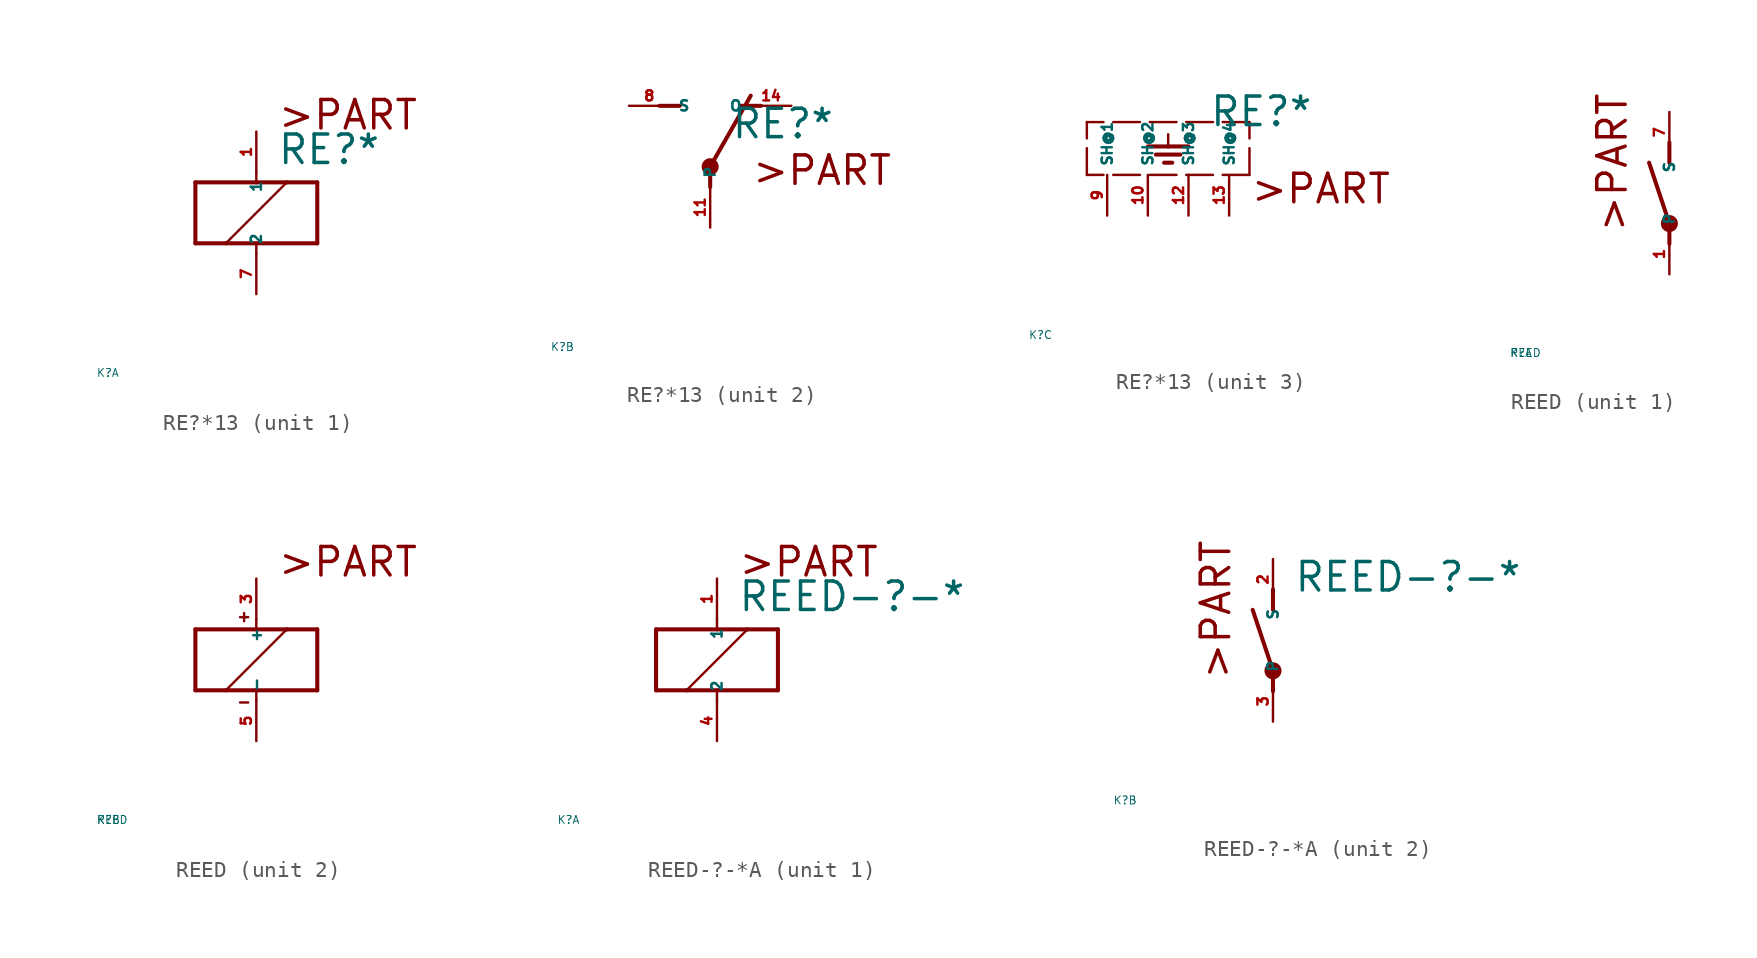
<source format=kicad_sym>
(kicad_symbol_lib
  (version 20220914)
  (generator Eagle2Kicad)
  (symbol "RE?*13"
    (property "Reference" "K"
      (at -10 -10 0)
      (effects (font (size 0.5 0.5) (thickness 0.06)) (justify left)))
    (property "Value" "RE?*"
      (at 1.27 2.921 0)
      (effects (font (size 1.778 1.778) (thickness 0.22)) (justify left bottom)))
    (symbol "RE?*13_1_0"
      (polyline (pts (xy -3.81 -1.905) (xy -1.905 -1.905)) (stroke (width 0.254) (type default)) (fill (type none)))
      (polyline (pts (xy 3.81 -1.905) (xy 3.81 1.905)) (stroke (width 0.254) (type default)) (fill (type none)))
      (polyline (pts (xy 3.81 1.905) (xy 1.905 1.905)) (stroke (width 0.254) (type default)) (fill (type none)))
      (polyline (pts (xy -3.81 1.905) (xy -3.81 -1.905)) (stroke (width 0.254) (type default)) (fill (type none)))
      (polyline (pts (xy 0 -2.54) (xy 0 -1.905)) (stroke (width 0.152) (type default)) (fill (type none)))
      (polyline (pts (xy 0 -1.905) (xy 3.81 -1.905)) (stroke (width 0.254) (type default)) (fill (type none)))
      (polyline (pts (xy 0 2.54) (xy 0 1.905)) (stroke (width 0.152) (type default)) (fill (type none)))
      (polyline (pts (xy 0 1.905) (xy -3.81 1.905)) (stroke (width 0.254) (type default)) (fill (type none)))
      (polyline (pts (xy -1.905 -1.905) (xy 1.905 1.905)) (stroke (width 0.152) (type default)) (fill (type none)))
      (polyline (pts (xy -1.905 -1.905) (xy 0 -1.905)) (stroke (width 0.254) (type default)) (fill (type none)))
      (polyline (pts (xy 1.905 1.905) (xy 0 1.905)) (stroke (width 0.254) (type default)) (fill (type none)))
      (text ">PART" (at 1.27 5.08 0) (effects (font (size 1.778 1.778) (thickness 0.22)) (justify left bottom)))
      (pin passive line (at 0 -5.08 90) (length 2.54) (name "2" (effects (font (size 0.635 0.635) (thickness 0.08)) (justify left bottom))) (number "7" (effects (font (size 0.635 0.635) (thickness 0.08)) (justify left bottom))))
      (pin passive line (at 0 5.08 270) (length 2.54) (name "1" (effects (font (size 0.635 0.635) (thickness 0.08)) (justify left bottom))) (number "1" (effects (font (size 0.635 0.635) (thickness 0.08)) (justify left bottom)))))
    (symbol "RE?*13_2_0"
      (polyline (pts (xy 3.175 5.08) (xy 1.905 5.08)) (stroke (width 0.254) (type default)) (fill (type none)))
      (polyline (pts (xy -3.175 5.08) (xy -1.905 5.08)) (stroke (width 0.254) (type default)) (fill (type none)))
      (polyline (pts (xy 0 1.27) (xy 2.54 5.715)) (stroke (width 0.254) (type default)) (fill (type none)))
      (polyline (pts (xy 0 1.27) (xy 0 0)) (stroke (width 0.254) (type default)) (fill (type none)))
      (text ">PART" (at 2.54 0 0) (effects (font (size 1.778 1.778) (thickness 0.22)) (justify left bottom)))
      (circle (center 0 1.27) (radius 0.127) (stroke (width 0.406) (type default)) (fill (type none)))
      (pin passive line (at 5.08 5.08 180) (length 2.54) (name "O" (effects (font (size 0.635 0.635) (thickness 0.08)) (justify left bottom))) (number "14" (effects (font (size 0.635 0.635) (thickness 0.08)) (justify left bottom))))
      (pin passive line (at -5.08 5.08 0) (length 2.54) (name "S" (effects (font (size 0.635 0.635) (thickness 0.08)) (justify left bottom))) (number "8" (effects (font (size 0.635 0.635) (thickness 0.08)) (justify left bottom))))
      (pin passive line (at 0 -2.54 90) (length 2.54) (name "P" (effects (font (size 0.635 0.635) (thickness 0.08)) (justify left bottom))) (number "11" (effects (font (size 0.635 0.635) (thickness 0.08)) (justify left bottom)))))
    (symbol "RE?*13_3_0"
      (polyline (pts (xy 3.81 0) (xy -6.35 0)) (stroke (width 0.152) (type dash)) (fill (type none)))
      (polyline (pts (xy -1.27 2.54) (xy -1.27 1.778)) (stroke (width 0.152) (type default)) (fill (type none)))
      (polyline (pts (xy -2.54 1.778) (xy -1.27 1.778)) (stroke (width 0.254) (type default)) (fill (type none)))
      (polyline (pts (xy -1.27 1.778) (xy 0 1.778)) (stroke (width 0.254) (type default)) (fill (type none)))
      (polyline (pts (xy -2.032 1.27) (xy -0.508 1.27)) (stroke (width 0.254) (type default)) (fill (type none)))
      (polyline (pts (xy -1.524 0.762) (xy -1.016 0.762)) (stroke (width 0.254) (type default)) (fill (type none)))
      (polyline (pts (xy 3.81 0) (xy 3.81 3.302)) (stroke (width 0.152) (type dash)) (fill (type none)))
      (polyline (pts (xy 3.81 3.302) (xy -6.35 3.302)) (stroke (width 0.152) (type dash)) (fill (type none)))
      (polyline (pts (xy -6.35 0) (xy -6.35 3.302)) (stroke (width 0.152) (type dash)) (fill (type none)))
      (text ">PART" (at 3.81 -1.905 0) (effects (font (size 1.778 1.778) (thickness 0.22)) (justify left bottom)))
      (pin passive line (at 0 -2.54 90) (length 2.54) (name "SH@3" (effects (font (size 0.635 0.635) (thickness 0.08)) (justify left bottom))) (number "12" (effects (font (size 0.635 0.635) (thickness 0.08)) (justify left bottom))))
      (pin passive line (at -5.08 -2.54 90) (length 2.54) (name "SH@1" (effects (font (size 0.635 0.635) (thickness 0.08)) (justify left bottom))) (number "9" (effects (font (size 0.635 0.635) (thickness 0.08)) (justify left bottom))))
      (pin passive line (at -2.54 -2.54 90) (length 2.54) (name "SH@2" (effects (font (size 0.635 0.635) (thickness 0.08)) (justify left bottom))) (number "10" (effects (font (size 0.635 0.635) (thickness 0.08)) (justify left bottom))))
      (pin passive line (at 2.54 -2.54 90) (length 2.54) (name "SH@4" (effects (font (size 0.635 0.635) (thickness 0.08)) (justify left bottom))) (number "13" (effects (font (size 0.635 0.635) (thickness 0.08)) (justify left bottom))))))
  (symbol "REED"
    (property "Reference" "K"
      (at -10 -10 0)
      (effects (font (size 0.5 0.5) (thickness 0.06)) (justify left)))
    (property "Value" "REED"
      (at -10 -10 0)
      (effects (font (size 0.5 0.5) (thickness 0.06)) (justify left)))
    (symbol "REED_1_0"
      (polyline (pts (xy 0 3.175) (xy 0 1.905)) (stroke (width 0.254) (type default)) (fill (type none)))
      (polyline (pts (xy 0 -3.175) (xy 0 -1.905)) (stroke (width 0.254) (type default)) (fill (type none)))
      (polyline (pts (xy 0 -1.905) (xy -1.27 1.905)) (stroke (width 0.254) (type default)) (fill (type none)))
      (text ">PART" (at -2.54 -2.54 900) (effects (font (size 1.778 1.778) (thickness 0.22)) (justify left bottom)))
      (circle (center 0 -1.905) (radius 0.127) (stroke (width 0.406) (type default)) (fill (type none)))
      (pin passive line (at 0 -5.08 90) (length 2.54) (name "P" (effects (font (size 0.635 0.635) (thickness 0.08)) (justify left bottom))) (number "1" (effects (font (size 0.635 0.635) (thickness 0.08)) (justify left bottom))))
      (pin passive line (at 0 5.08 270) (length 2.54) (name "S" (effects (font (size 0.635 0.635) (thickness 0.08)) (justify left bottom))) (number "7" (effects (font (size 0.635 0.635) (thickness 0.08)) (justify left bottom)))))
    (symbol "REED_2_0"
      (polyline (pts (xy -3.81 -1.905) (xy -1.905 -1.905)) (stroke (width 0.254) (type default)) (fill (type none)))
      (polyline (pts (xy 3.81 -1.905) (xy 3.81 1.905)) (stroke (width 0.254) (type default)) (fill (type none)))
      (polyline (pts (xy 3.81 1.905) (xy 1.905 1.905)) (stroke (width 0.254) (type default)) (fill (type none)))
      (polyline (pts (xy -3.81 1.905) (xy -3.81 -1.905)) (stroke (width 0.254) (type default)) (fill (type none)))
      (polyline (pts (xy 0 -2.54) (xy 0 -1.905)) (stroke (width 0.152) (type default)) (fill (type none)))
      (polyline (pts (xy 0 -1.905) (xy 3.81 -1.905)) (stroke (width 0.254) (type default)) (fill (type none)))
      (polyline (pts (xy 0 2.54) (xy 0 1.905)) (stroke (width 0.152) (type default)) (fill (type none)))
      (polyline (pts (xy 0 1.905) (xy -3.81 1.905)) (stroke (width 0.254) (type default)) (fill (type none)))
      (polyline (pts (xy -1.905 -1.905) (xy 1.905 1.905)) (stroke (width 0.152) (type default)) (fill (type none)))
      (polyline (pts (xy -1.905 -1.905) (xy 0 -1.905)) (stroke (width 0.254) (type default)) (fill (type none)))
      (polyline (pts (xy 1.905 1.905) (xy 0 1.905)) (stroke (width 0.254) (type default)) (fill (type none)))
      (polyline (pts (xy -1.016 2.667) (xy -0.508 2.667)) (stroke (width 0.152) (type default)) (fill (type none)))
      (polyline (pts (xy -0.762 2.921) (xy -0.762 2.413)) (stroke (width 0.152) (type default)) (fill (type none)))
      (polyline (pts (xy -1.016 -2.667) (xy -0.508 -2.667)) (stroke (width 0.152) (type default)) (fill (type none)))
      (text ">PART" (at 1.27 5.08 0) (effects (font (size 1.778 1.778) (thickness 0.22)) (justify left bottom)))
      (pin passive line (at 0 -5.08 90) (length 2.54) (name "-" (effects (font (size 0.635 0.635) (thickness 0.08)) (justify left bottom))) (number "5" (effects (font (size 0.635 0.635) (thickness 0.08)) (justify left bottom))))
      (pin passive line (at 0 5.08 270) (length 2.54) (name "+" (effects (font (size 0.635 0.635) (thickness 0.08)) (justify left bottom))) (number "3" (effects (font (size 0.635 0.635) (thickness 0.08)) (justify left bottom))))))
  (symbol "REED-?-*A"
    (property "Reference" "K"
      (at -10 -10 0)
      (effects (font (size 0.5 0.5) (thickness 0.06)) (justify left)))
    (property "Value" "REED-?-*"
      (at 1.27 2.921 0)
      (effects (font (size 1.778 1.778) (thickness 0.22)) (justify left bottom)))
    (symbol "REED-?-*A_1_0"
      (polyline (pts (xy -3.81 -1.905) (xy -1.905 -1.905)) (stroke (width 0.254) (type default)) (fill (type none)))
      (polyline (pts (xy 3.81 -1.905) (xy 3.81 1.905)) (stroke (width 0.254) (type default)) (fill (type none)))
      (polyline (pts (xy 3.81 1.905) (xy 1.905 1.905)) (stroke (width 0.254) (type default)) (fill (type none)))
      (polyline (pts (xy -3.81 1.905) (xy -3.81 -1.905)) (stroke (width 0.254) (type default)) (fill (type none)))
      (polyline (pts (xy 0 -2.54) (xy 0 -1.905)) (stroke (width 0.152) (type default)) (fill (type none)))
      (polyline (pts (xy 0 -1.905) (xy 3.81 -1.905)) (stroke (width 0.254) (type default)) (fill (type none)))
      (polyline (pts (xy 0 2.54) (xy 0 1.905)) (stroke (width 0.152) (type default)) (fill (type none)))
      (polyline (pts (xy 0 1.905) (xy -3.81 1.905)) (stroke (width 0.254) (type default)) (fill (type none)))
      (polyline (pts (xy -1.905 -1.905) (xy 1.905 1.905)) (stroke (width 0.152) (type default)) (fill (type none)))
      (polyline (pts (xy -1.905 -1.905) (xy 0 -1.905)) (stroke (width 0.254) (type default)) (fill (type none)))
      (polyline (pts (xy 1.905 1.905) (xy 0 1.905)) (stroke (width 0.254) (type default)) (fill (type none)))
      (text ">PART" (at 1.27 5.08 0) (effects (font (size 1.778 1.778) (thickness 0.22)) (justify left bottom)))
      (pin passive line (at 0 -5.08 90) (length 2.54) (name "2" (effects (font (size 0.635 0.635) (thickness 0.08)) (justify left bottom))) (number "4" (effects (font (size 0.635 0.635) (thickness 0.08)) (justify left bottom))))
      (pin passive line (at 0 5.08 270) (length 2.54) (name "1" (effects (font (size 0.635 0.635) (thickness 0.08)) (justify left bottom))) (number "1" (effects (font (size 0.635 0.635) (thickness 0.08)) (justify left bottom)))))
    (symbol "REED-?-*A_2_0"
      (polyline (pts (xy 0 3.175) (xy 0 1.905)) (stroke (width 0.254) (type default)) (fill (type none)))
      (polyline (pts (xy 0 -3.175) (xy 0 -1.905)) (stroke (width 0.254) (type default)) (fill (type none)))
      (polyline (pts (xy 0 -1.905) (xy -1.27 1.905)) (stroke (width 0.254) (type default)) (fill (type none)))
      (text ">PART" (at -2.54 -2.54 900) (effects (font (size 1.778 1.778) (thickness 0.22)) (justify left bottom)))
      (circle (center 0 -1.905) (radius 0.127) (stroke (width 0.406) (type default)) (fill (type none)))
      (pin passive line (at 0 -5.08 90) (length 2.54) (name "P" (effects (font (size 0.635 0.635) (thickness 0.08)) (justify left bottom))) (number "3" (effects (font (size 0.635 0.635) (thickness 0.08)) (justify left bottom))))
      (pin passive line (at 0 5.08 270) (length 2.54) (name "S" (effects (font (size 0.635 0.635) (thickness 0.08)) (justify left bottom))) (number "2" (effects (font (size 0.635 0.635) (thickness 0.08)) (justify left bottom)))))))
</source>
